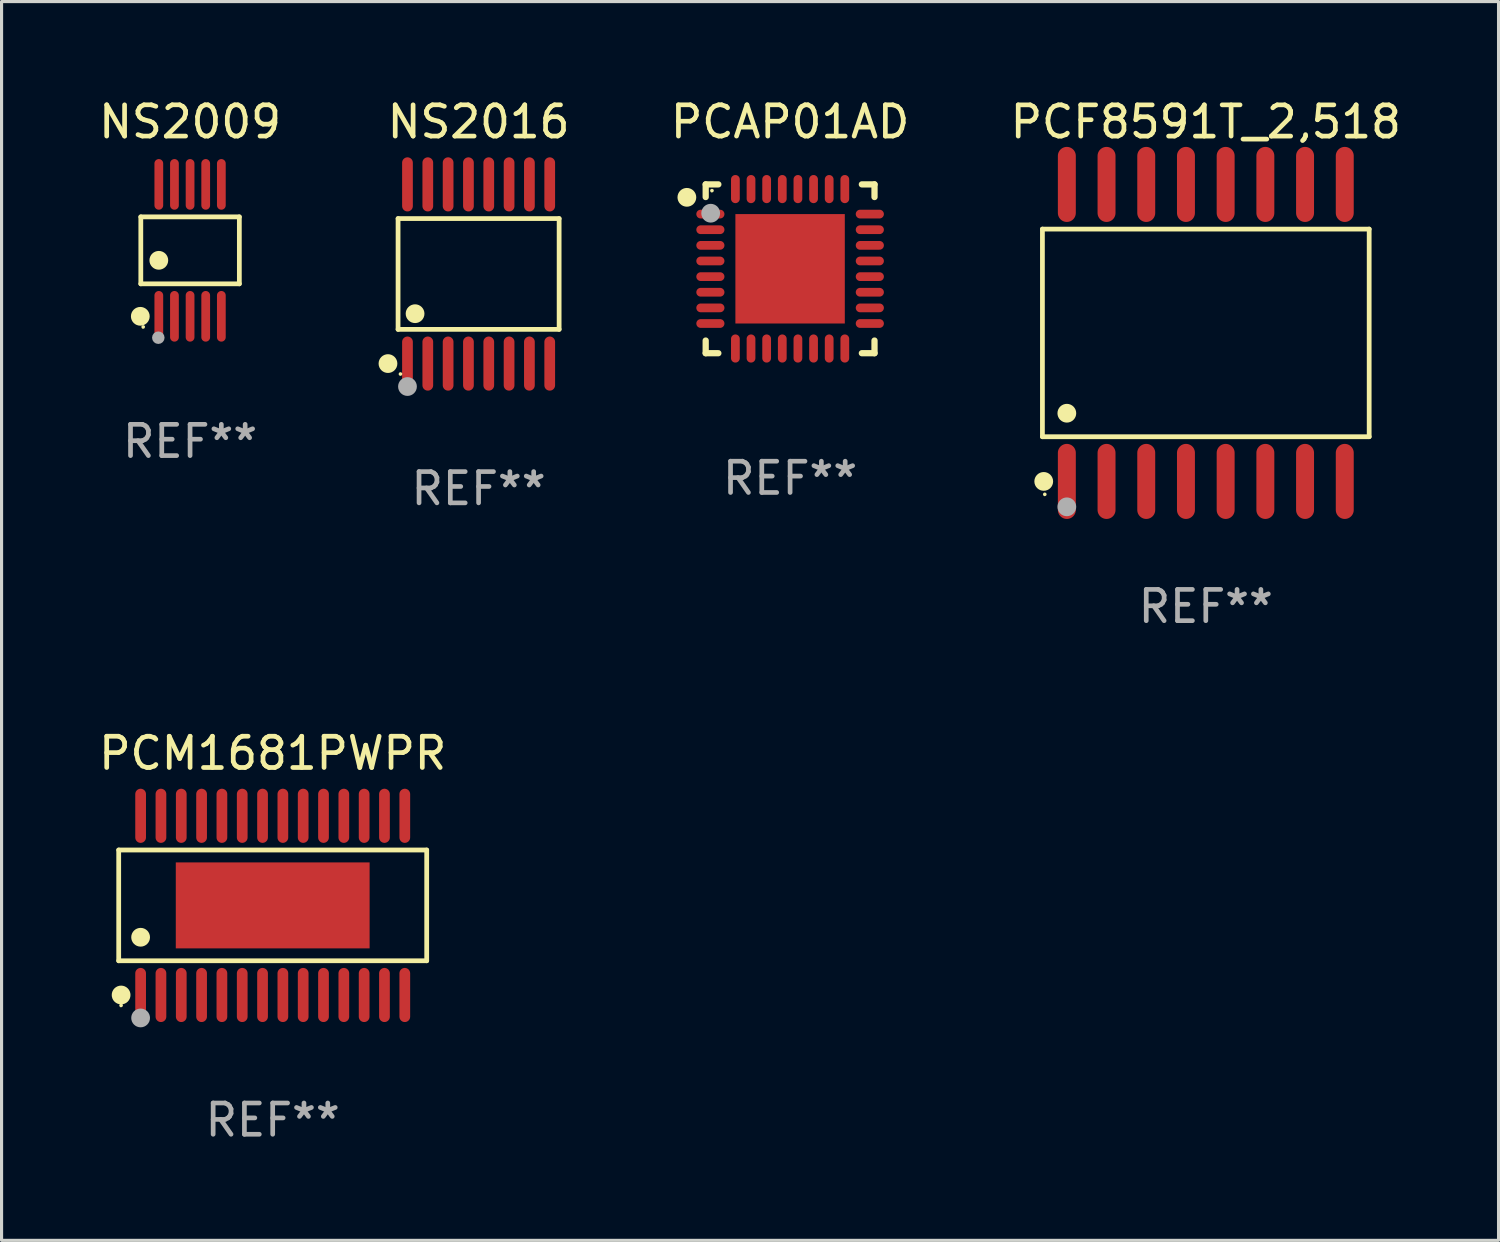
<source format=kicad_pcb>
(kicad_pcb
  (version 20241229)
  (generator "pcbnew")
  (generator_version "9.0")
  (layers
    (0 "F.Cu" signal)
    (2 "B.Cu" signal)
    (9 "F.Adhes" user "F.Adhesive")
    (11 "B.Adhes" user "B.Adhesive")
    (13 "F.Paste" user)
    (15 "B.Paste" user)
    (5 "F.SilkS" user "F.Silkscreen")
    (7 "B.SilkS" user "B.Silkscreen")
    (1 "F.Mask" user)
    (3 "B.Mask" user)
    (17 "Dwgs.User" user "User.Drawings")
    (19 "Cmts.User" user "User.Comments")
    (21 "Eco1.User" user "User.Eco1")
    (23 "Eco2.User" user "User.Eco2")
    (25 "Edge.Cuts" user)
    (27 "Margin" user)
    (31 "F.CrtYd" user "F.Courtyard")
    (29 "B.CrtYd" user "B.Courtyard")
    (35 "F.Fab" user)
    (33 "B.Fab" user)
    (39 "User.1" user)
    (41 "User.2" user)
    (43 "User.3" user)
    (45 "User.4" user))
  (footprint "PCAP01AD"
    (layer "F.Cu")
    (at 22.223 5.548)
    (property "Reference" "PCAP01AD" (at 0 -4.7 0) (layer "F.SilkS") (effects (font (size 1 1) (thickness 0.15))))
    (attr through_hole)
    (fp_line (start -2.7 -2.7) (end -2.295 -2.7) (stroke (width 0.2) (type solid)) (layer "F.SilkS"))
    (fp_line (start -2.7 -2.295) (end -2.7 -2.7) (stroke (width 0.2) (type solid)) (layer "F.SilkS"))
    (fp_line (start -2.7 2.295) (end -2.7 2.7) (stroke (width 0.2) (type solid)) (layer "F.SilkS"))
    (fp_line (start -2.7 2.7) (end -2.295 2.7) (stroke (width 0.2) (type solid)) (layer "F.SilkS"))
    (fp_line (start 2.295 -2.7) (end 2.7 -2.7) (stroke (width 0.2) (type solid)) (layer "F.SilkS"))
    (fp_line (start 2.295 2.7) (end 2.7 2.7) (stroke (width 0.2) (type solid)) (layer "F.SilkS"))
    (fp_line (start 2.7 -2.7) (end 2.7 -2.295) (stroke (width 0.2) (type solid)) (layer "F.SilkS"))
    (fp_line (start 2.7 2.7) (end 2.7 2.295) (stroke (width 0.2) (type solid)) (layer "F.SilkS"))
    (fp_circle (center -3.302 -2.286) (end -3.152 -2.286) (stroke (width 0.3) (type solid)) (fill no) (layer "F.SilkS"))
    (fp_circle (center -2.5 -2.5) (end -2.47 -2.5) (stroke (width 0.06) (type solid)) (fill no) (layer "F.SilkS"))
    (fp_circle (center -2.54 -1.778) (end -2.39 -1.778) (stroke (width 0.3) (type solid)) (fill no) (layer "F.Fab"))
    (fp_text user "REF**" (at 0 6.7 0) (layer "F.Fab") (effects (font (size 1 1) (thickness 0.15))))
    (pad "1" smd oval (at -2.55 -1.75 90) (size 0.28 0.9) (layers "F.Cu" "F.Mask" "F.Paste"))
    (pad "2" smd oval (at -2.55 -1.25 90) (size 0.28 0.9) (layers "F.Cu" "F.Mask" "F.Paste"))
    (pad "3" smd oval (at -2.55 -0.75 90) (size 0.28 0.9) (layers "F.Cu" "F.Mask" "F.Paste"))
    (pad "4" smd oval (at -2.55 -0.25 90) (size 0.28 0.9) (layers "F.Cu" "F.Mask" "F.Paste"))
    (pad "5" smd oval (at -2.55 0.25 90) (size 0.28 0.9) (layers "F.Cu" "F.Mask" "F.Paste"))
    (pad "6" smd oval (at -2.55 0.75 90) (size 0.28 0.9) (layers "F.Cu" "F.Mask" "F.Paste"))
    (pad "7" smd oval (at -2.55 1.25 90) (size 0.28 0.9) (layers "F.Cu" "F.Mask" "F.Paste"))
    (pad "8" smd oval (at -2.55 1.75 90) (size 0.28 0.9) (layers "F.Cu" "F.Mask" "F.Paste"))
    (pad "9" smd oval (at -1.75 2.55) (size 0.28 0.9) (layers "F.Cu" "F.Mask" "F.Paste"))
    (pad "10" smd oval (at -1.25 2.55) (size 0.28 0.9) (layers "F.Cu" "F.Mask" "F.Paste"))
    (pad "11" smd oval (at -0.75 2.55) (size 0.28 0.9) (layers "F.Cu" "F.Mask" "F.Paste"))
    (pad "12" smd oval (at -0.25 2.55) (size 0.28 0.9) (layers "F.Cu" "F.Mask" "F.Paste"))
    (pad "13" smd oval (at 0.25 2.55) (size 0.28 0.9) (layers "F.Cu" "F.Mask" "F.Paste"))
    (pad "14" smd oval (at 0.75 2.55) (size 0.28 0.9) (layers "F.Cu" "F.Mask" "F.Paste"))
    (pad "15" smd oval (at 1.25 2.55) (size 0.28 0.9) (layers "F.Cu" "F.Mask" "F.Paste"))
    (pad "16" smd oval (at 1.75 2.55) (size 0.28 0.9) (layers "F.Cu" "F.Mask" "F.Paste"))
    (pad "17" smd oval (at 2.55 1.75 90) (size 0.28 0.9) (layers "F.Cu" "F.Mask" "F.Paste"))
    (pad "18" smd oval (at 2.55 1.25 90) (size 0.28 0.9) (layers "F.Cu" "F.Mask" "F.Paste"))
    (pad "19" smd oval (at 2.55 0.75 90) (size 0.28 0.9) (layers "F.Cu" "F.Mask" "F.Paste"))
    (pad "20" smd oval (at 2.55 0.25 90) (size 0.28 0.9) (layers "F.Cu" "F.Mask" "F.Paste"))
    (pad "21" smd oval (at 2.55 -0.25 90) (size 0.28 0.9) (layers "F.Cu" "F.Mask" "F.Paste"))
    (pad "22" smd oval (at 2.55 -0.75 90) (size 0.28 0.9) (layers "F.Cu" "F.Mask" "F.Paste"))
    (pad "23" smd oval (at 2.55 -1.25 90) (size 0.28 0.9) (layers "F.Cu" "F.Mask" "F.Paste"))
    (pad "24" smd oval (at 2.55 -1.75 90) (size 0.28 0.9) (layers "F.Cu" "F.Mask" "F.Paste"))
    (pad "25" smd oval (at 1.75 -2.55) (size 0.28 0.9) (layers "F.Cu" "F.Mask" "F.Paste"))
    (pad "26" smd oval (at 1.25 -2.55) (size 0.28 0.9) (layers "F.Cu" "F.Mask" "F.Paste"))
    (pad "27" smd oval (at 0.75 -2.55) (size 0.28 0.9) (layers "F.Cu" "F.Mask" "F.Paste"))
    (pad "28" smd oval (at 0.25 -2.55) (size 0.28 0.9) (layers "F.Cu" "F.Mask" "F.Paste"))
    (pad "29" smd oval (at -0.25 -2.55) (size 0.28 0.9) (layers "F.Cu" "F.Mask" "F.Paste"))
    (pad "30" smd oval (at -0.75 -2.55) (size 0.28 0.9) (layers "F.Cu" "F.Mask" "F.Paste"))
    (pad "31" smd oval (at -1.25 -2.55) (size 0.28 0.9) (layers "F.Cu" "F.Mask" "F.Paste"))
    (pad "32" smd oval (at -1.75 -2.55) (size 0.28 0.9) (layers "F.Cu" "F.Mask" "F.Paste"))
    (pad "33" smd rect (at 0 0) (size 3.5 3.5) (layers "F.Cu" "F.Mask" "F.Paste")))
  (footprint "PCM1681PWPR"
    (layer "F.Cu")
    (at 5.673 25.911)
    (property "Reference" "PCM1681PWPR" (at 0 -4.866 0) (layer "F.SilkS") (effects (font (size 1 1) (thickness 0.15))))
    (attr through_hole)
    (fp_line (start -4.926 -1.772) (end 4.926 -1.772) (stroke (width 0.152) (type solid)) (layer "F.SilkS"))
    (fp_line (start -4.926 1.771) (end -4.926 -1.772) (stroke (width 0.152) (type solid)) (layer "F.SilkS"))
    (fp_line (start 4.926 -1.772) (end 4.926 1.771) (stroke (width 0.152) (type solid)) (layer "F.SilkS"))
    (fp_line (start 4.926 1.771) (end -4.926 1.771) (stroke (width 0.152) (type solid)) (layer "F.SilkS"))
    (fp_circle (center -4.85 3.2) (end -4.82 3.2) (stroke (width 0.06) (type solid)) (fill no) (layer "F.SilkS"))
    (fp_circle (center -4.849 2.866) (end -4.699 2.866) (stroke (width 0.3) (type solid)) (fill no) (layer "F.SilkS"))
    (fp_circle (center -4.225 1.019) (end -4.075 1.019) (stroke (width 0.3) (type solid)) (fill no) (layer "F.SilkS"))
    (fp_circle (center -4.225 3.6) (end -4.075 3.6) (stroke (width 0.3) (type solid)) (fill no) (layer "F.Fab"))
    (fp_text user "REF**" (at 0 6.866 0) (layer "F.Fab") (effects (font (size 1 1) (thickness 0.15))))
    (pad "1" smd oval (at -4.225 2.866) (size 0.343 1.731) (layers "F.Cu" "F.Mask" "F.Paste"))
    (pad "2" smd oval (at -3.575 2.866) (size 0.343 1.731) (layers "F.Cu" "F.Mask" "F.Paste"))
    (pad "3" smd oval (at -2.925 2.866) (size 0.343 1.731) (layers "F.Cu" "F.Mask" "F.Paste"))
    (pad "4" smd oval (at -2.275 2.866) (size 0.343 1.731) (layers "F.Cu" "F.Mask" "F.Paste"))
    (pad "5" smd oval (at -1.625 2.866) (size 0.343 1.731) (layers "F.Cu" "F.Mask" "F.Paste"))
    (pad "6" smd oval (at -0.975 2.866) (size 0.343 1.731) (layers "F.Cu" "F.Mask" "F.Paste"))
    (pad "7" smd oval (at -0.325 2.866) (size 0.343 1.731) (layers "F.Cu" "F.Mask" "F.Paste"))
    (pad "8" smd oval (at 0.325 2.866) (size 0.343 1.731) (layers "F.Cu" "F.Mask" "F.Paste"))
    (pad "9" smd oval (at 0.975 2.866) (size 0.343 1.731) (layers "F.Cu" "F.Mask" "F.Paste"))
    (pad "10" smd oval (at 1.625 2.866) (size 0.343 1.731) (layers "F.Cu" "F.Mask" "F.Paste"))
    (pad "11" smd oval (at 2.275 2.866) (size 0.343 1.731) (layers "F.Cu" "F.Mask" "F.Paste"))
    (pad "12" smd oval (at 2.925 2.866) (size 0.343 1.731) (layers "F.Cu" "F.Mask" "F.Paste"))
    (pad "13" smd oval (at 3.575 2.866) (size 0.343 1.731) (layers "F.Cu" "F.Mask" "F.Paste"))
    (pad "14" smd oval (at 4.225 2.866) (size 0.343 1.731) (layers "F.Cu" "F.Mask" "F.Paste"))
    (pad "15" smd oval (at 4.225 -2.866) (size 0.343 1.731) (layers "F.Cu" "F.Mask" "F.Paste"))
    (pad "16" smd oval (at 3.575 -2.866) (size 0.343 1.731) (layers "F.Cu" "F.Mask" "F.Paste"))
    (pad "17" smd oval (at 2.925 -2.866) (size 0.343 1.731) (layers "F.Cu" "F.Mask" "F.Paste"))
    (pad "18" smd oval (at 2.275 -2.866) (size 0.343 1.731) (layers "F.Cu" "F.Mask" "F.Paste"))
    (pad "19" smd oval (at 1.625 -2.866) (size 0.343 1.731) (layers "F.Cu" "F.Mask" "F.Paste"))
    (pad "20" smd oval (at 0.975 -2.866) (size 0.343 1.731) (layers "F.Cu" "F.Mask" "F.Paste"))
    (pad "21" smd oval (at 0.325 -2.866) (size 0.343 1.731) (layers "F.Cu" "F.Mask" "F.Paste"))
    (pad "22" smd oval (at -0.325 -2.866) (size 0.343 1.731) (layers "F.Cu" "F.Mask" "F.Paste"))
    (pad "23" smd oval (at -0.975 -2.866) (size 0.343 1.731) (layers "F.Cu" "F.Mask" "F.Paste"))
    (pad "24" smd oval (at -1.625 -2.866) (size 0.343 1.731) (layers "F.Cu" "F.Mask" "F.Paste"))
    (pad "25" smd oval (at -2.275 -2.866) (size 0.343 1.731) (layers "F.Cu" "F.Mask" "F.Paste"))
    (pad "26" smd oval (at -2.925 -2.866) (size 0.343 1.731) (layers "F.Cu" "F.Mask" "F.Paste"))
    (pad "27" smd oval (at -3.575 -2.866) (size 0.343 1.731) (layers "F.Cu" "F.Mask" "F.Paste"))
    (pad "28" smd oval (at -4.225 -2.866) (size 0.343 1.731) (layers "F.Cu" "F.Mask" "F.Paste"))
    (pad "29" smd rect (at 0 -0.000127) (size 6.2 2.75) (layers "F.Cu" "F.Mask" "F.Paste")))
  (footprint "PCF8591T_2,518"
    (layer "F.Cu")
    (at 35.52 7.599)
    (property "Reference" "PCF8591T_2,518" (at 0 -6.75 0) (layer "F.SilkS") (effects (font (size 1 1) (thickness 0.15))))
    (attr through_hole)
    (fp_line (start -5.226 -3.321) (end 5.226 -3.321) (stroke (width 0.152) (type solid)) (layer "F.SilkS"))
    (fp_line (start -5.226 3.321) (end -5.226 -3.321) (stroke (width 0.152) (type solid)) (layer "F.SilkS"))
    (fp_line (start 5.226 -3.321) (end 5.226 3.321) (stroke (width 0.152) (type solid)) (layer "F.SilkS"))
    (fp_line (start 5.226 3.321) (end -5.226 3.321) (stroke (width 0.152) (type solid)) (layer "F.SilkS"))
    (fp_circle (center -5.184 4.75) (end -5.034 4.75) (stroke (width 0.3) (type solid)) (fill no) (layer "F.SilkS"))
    (fp_circle (center -5.15 5.163) (end -5.12 5.163) (stroke (width 0.06) (type solid)) (fill no) (layer "F.SilkS"))
    (fp_circle (center -4.445 2.569) (end -4.295 2.569) (stroke (width 0.3) (type solid)) (fill no) (layer "F.SilkS"))
    (fp_circle (center -4.445 5.563) (end -4.295 5.563) (stroke (width 0.3) (type solid)) (fill no) (layer "F.Fab"))
    (fp_text user "REF**" (at 0 8.75 0) (layer "F.Fab") (effects (font (size 1 1) (thickness 0.15))))
    (pad "1" smd oval (at -4.445 4.75) (size 0.574 2.401) (layers "F.Cu" "F.Mask" "F.Paste"))
    (pad "2" smd oval (at -3.175 4.75) (size 0.574 2.401) (layers "F.Cu" "F.Mask" "F.Paste"))
    (pad "3" smd oval (at -1.905 4.75) (size 0.574 2.401) (layers "F.Cu" "F.Mask" "F.Paste"))
    (pad "4" smd oval (at -0.635 4.75) (size 0.574 2.401) (layers "F.Cu" "F.Mask" "F.Paste"))
    (pad "5" smd oval (at 0.635 4.75) (size 0.574 2.401) (layers "F.Cu" "F.Mask" "F.Paste"))
    (pad "6" smd oval (at 1.905 4.75) (size 0.574 2.401) (layers "F.Cu" "F.Mask" "F.Paste"))
    (pad "7" smd oval (at 3.175 4.75) (size 0.574 2.401) (layers "F.Cu" "F.Mask" "F.Paste"))
    (pad "8" smd oval (at 4.445 4.75) (size 0.574 2.401) (layers "F.Cu" "F.Mask" "F.Paste"))
    (pad "9" smd oval (at 4.445 -4.75) (size 0.574 2.401) (layers "F.Cu" "F.Mask" "F.Paste"))
    (pad "10" smd oval (at 3.175 -4.75) (size 0.574 2.401) (layers "F.Cu" "F.Mask" "F.Paste"))
    (pad "11" smd oval (at 1.905 -4.75) (size 0.574 2.401) (layers "F.Cu" "F.Mask" "F.Paste"))
    (pad "12" smd oval (at 0.635 -4.75) (size 0.574 2.401) (layers "F.Cu" "F.Mask" "F.Paste"))
    (pad "13" smd oval (at -0.635 -4.75) (size 0.574 2.401) (layers "F.Cu" "F.Mask" "F.Paste"))
    (pad "14" smd oval (at -1.905 -4.75) (size 0.574 2.401) (layers "F.Cu" "F.Mask" "F.Paste"))
    (pad "15" smd oval (at -3.175 -4.75) (size 0.574 2.401) (layers "F.Cu" "F.Mask" "F.Paste"))
    (pad "16" smd oval (at -4.445 -4.75) (size 0.574 2.401) (layers "F.Cu" "F.Mask" "F.Paste")))
  (footprint "NS2009"
    (layer "F.Cu")
    (at 3.03 4.958)
    (property "Reference" "NS2009" (at 0 -4.11 0) (layer "F.SilkS") (effects (font (size 1 1) (thickness 0.15))))
    (attr through_hole)
    (fp_line (start -1.576 -1.071) (end 1.576 -1.071) (stroke (width 0.152) (type solid)) (layer "F.SilkS"))
    (fp_line (start -1.576 1.071) (end -1.576 -1.071) (stroke (width 0.152) (type solid)) (layer "F.SilkS"))
    (fp_line (start 1.576 -1.071) (end 1.576 1.071) (stroke (width 0.152) (type solid)) (layer "F.SilkS"))
    (fp_line (start 1.576 1.071) (end -1.576 1.071) (stroke (width 0.152) (type solid)) (layer "F.SilkS"))
    (fp_circle (center -1.592 2.11) (end -1.442 2.11) (stroke (width 0.3) (type solid)) (fill no) (layer "F.SilkS"))
    (fp_circle (center -1.5 2.45) (end -1.47 2.45) (stroke (width 0.06) (type solid)) (fill no) (layer "F.SilkS"))
    (fp_circle (center -1 0.319) (end -0.85 0.319) (stroke (width 0.3) (type solid)) (fill no) (layer "F.SilkS"))
    (fp_circle (center -1.016 2.794) (end -0.916 2.794) (stroke (width 0.2) (type solid)) (fill no) (layer "F.Fab"))
    (fp_text user "REF**" (at 0 6.11 0) (layer "F.Fab") (effects (font (size 1 1) (thickness 0.15))))
    (pad "1" smd oval (at -1 2.11) (size 0.28 1.62) (layers "F.Cu" "F.Mask" "F.Paste"))
    (pad "2" smd oval (at -0.5 2.11) (size 0.28 1.62) (layers "F.Cu" "F.Mask" "F.Paste"))
    (pad "3" smd oval (at 0 2.11) (size 0.28 1.62) (layers "F.Cu" "F.Mask" "F.Paste"))
    (pad "4" smd oval (at 0.5 2.11) (size 0.28 1.62) (layers "F.Cu" "F.Mask" "F.Paste"))
    (pad "5" smd oval (at 1 2.11) (size 0.28 1.62) (layers "F.Cu" "F.Mask" "F.Paste"))
    (pad "6" smd oval (at 1 -2.11) (size 0.28 1.62) (layers "F.Cu" "F.Mask" "F.Paste"))
    (pad "7" smd oval (at 0.5 -2.11) (size 0.28 1.62) (layers "F.Cu" "F.Mask" "F.Paste"))
    (pad "8" smd oval (at 0 -2.11) (size 0.28 1.62) (layers "F.Cu" "F.Mask" "F.Paste"))
    (pad "9" smd oval (at -0.5 -2.11) (size 0.28 1.62) (layers "F.Cu" "F.Mask" "F.Paste"))
    (pad "10" smd oval (at -1 -2.11) (size 0.28 1.62) (layers "F.Cu" "F.Mask" "F.Paste")))
  (footprint "NS2016"
    (layer "F.Cu")
    (at 12.259 5.714)
    (property "Reference" "NS2016" (at 0 -4.866 0) (layer "F.SilkS") (effects (font (size 1 1) (thickness 0.15))))
    (attr through_hole)
    (fp_line (start -2.576 -1.772) (end 2.576 -1.772) (stroke (width 0.152) (type solid)) (layer "F.SilkS"))
    (fp_line (start -2.576 1.771) (end -2.576 -1.772) (stroke (width 0.152) (type solid)) (layer "F.SilkS"))
    (fp_line (start 2.576 -1.772) (end 2.576 1.771) (stroke (width 0.152) (type solid)) (layer "F.SilkS"))
    (fp_line (start 2.576 1.771) (end -2.576 1.771) (stroke (width 0.152) (type solid)) (layer "F.SilkS"))
    (fp_circle (center -2.899 2.866) (end -2.749 2.866) (stroke (width 0.3) (type solid)) (fill no) (layer "F.SilkS"))
    (fp_circle (center -2.5 3.2) (end -2.47 3.2) (stroke (width 0.06) (type solid)) (fill no) (layer "F.SilkS"))
    (fp_circle (center -2.032 1.27) (end -1.882 1.27) (stroke (width 0.3) (type solid)) (fill no) (layer "F.SilkS"))
    (fp_circle (center -2.275 3.6) (end -2.125 3.6) (stroke (width 0.3) (type solid)) (fill no) (layer "F.Fab"))
    (fp_text user "REF**" (at 0 6.866 0) (layer "F.Fab") (effects (font (size 1 1) (thickness 0.15))))
    (pad "1" smd oval (at -2.275 2.866) (size 0.343 1.731) (layers "F.Cu" "F.Mask" "F.Paste"))
    (pad "2" smd oval (at -1.625 2.866) (size 0.343 1.731) (layers "F.Cu" "F.Mask" "F.Paste"))
    (pad "3" smd oval (at -0.975 2.866) (size 0.343 1.731) (layers "F.Cu" "F.Mask" "F.Paste"))
    (pad "4" smd oval (at -0.325 2.866) (size 0.343 1.731) (layers "F.Cu" "F.Mask" "F.Paste"))
    (pad "5" smd oval (at 0.325 2.866) (size 0.343 1.731) (layers "F.Cu" "F.Mask" "F.Paste"))
    (pad "6" smd oval (at 0.975 2.866) (size 0.343 1.731) (layers "F.Cu" "F.Mask" "F.Paste"))
    (pad "7" smd oval (at 1.625 2.866) (size 0.343 1.731) (layers "F.Cu" "F.Mask" "F.Paste"))
    (pad "8" smd oval (at 2.275 2.866) (size 0.343 1.731) (layers "F.Cu" "F.Mask" "F.Paste"))
    (pad "9" smd oval (at 2.275 -2.866) (size 0.343 1.731) (layers "F.Cu" "F.Mask" "F.Paste"))
    (pad "10" smd oval (at 1.625 -2.866) (size 0.343 1.731) (layers "F.Cu" "F.Mask" "F.Paste"))
    (pad "11" smd oval (at 0.975 -2.866) (size 0.343 1.731) (layers "F.Cu" "F.Mask" "F.Paste"))
    (pad "12" smd oval (at 0.325 -2.866) (size 0.343 1.731) (layers "F.Cu" "F.Mask" "F.Paste"))
    (pad "13" smd oval (at -0.325 -2.866) (size 0.343 1.731) (layers "F.Cu" "F.Mask" "F.Paste"))
    (pad "14" smd oval (at -0.975 -2.866) (size 0.343 1.731) (layers "F.Cu" "F.Mask" "F.Paste"))
    (pad "15" smd oval (at -1.625 -2.866) (size 0.343 1.731) (layers "F.Cu" "F.Mask" "F.Paste"))
    (pad "16" smd oval (at -2.275 -2.866) (size 0.343 1.731) (layers "F.Cu" "F.Mask" "F.Paste")))
  (gr_rect
    (start -3 -3)
    (end 44.884 36.625)
    (stroke (width 0.1) (type default))
    (fill no)
    (layer "Edge.Cuts")))
</source>
